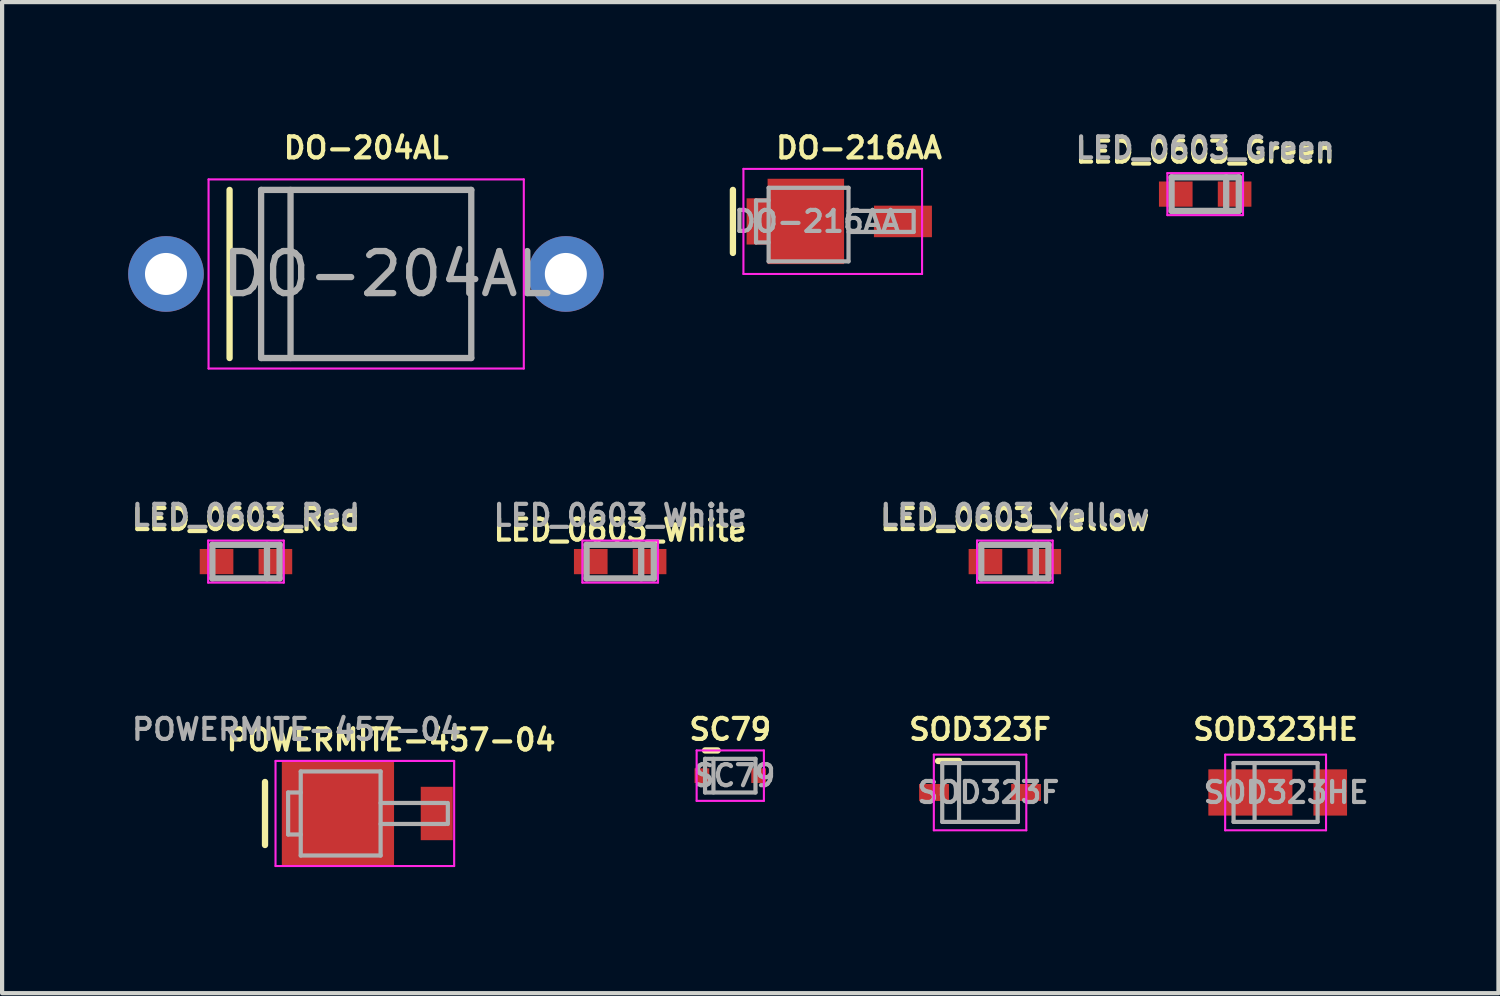
<source format=kicad_pcb>
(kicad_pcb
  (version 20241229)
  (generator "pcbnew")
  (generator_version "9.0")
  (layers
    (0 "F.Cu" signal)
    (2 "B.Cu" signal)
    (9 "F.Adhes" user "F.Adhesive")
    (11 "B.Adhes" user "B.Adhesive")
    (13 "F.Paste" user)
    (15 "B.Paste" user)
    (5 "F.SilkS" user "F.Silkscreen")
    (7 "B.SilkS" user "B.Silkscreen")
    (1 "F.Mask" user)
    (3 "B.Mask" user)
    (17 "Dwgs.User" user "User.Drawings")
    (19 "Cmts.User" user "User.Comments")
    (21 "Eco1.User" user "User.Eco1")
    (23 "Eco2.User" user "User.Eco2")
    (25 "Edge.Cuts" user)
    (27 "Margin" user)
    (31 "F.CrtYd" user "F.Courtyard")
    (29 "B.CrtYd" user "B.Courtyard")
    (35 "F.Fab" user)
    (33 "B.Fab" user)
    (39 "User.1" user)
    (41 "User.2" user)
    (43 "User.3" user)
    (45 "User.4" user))
  (footprint "SOD323HE"
    (layer "F.Cu")
    (at 27.298 15.804)
    (property "Reference" "SOD323HE" (at 0 -1.5 0) (layer "F.SilkS") (effects (font (size 0.5 0.5) (thickness 0.1))))
    (attr smd)
    (fp_line (start -1.2 -0.9) (end 1.2 -0.9) (stroke (width 0.05) (type solid)) (layer "F.CrtYd"))
    (fp_line (start -1.2 0.9) (end -1.2 -0.9) (stroke (width 0.05) (type solid)) (layer "F.CrtYd"))
    (fp_line (start 1.2 -0.9) (end 1.2 0.9) (stroke (width 0.05) (type solid)) (layer "F.CrtYd"))
    (fp_line (start 1.2 0.9) (end -1.2 0.9) (stroke (width 0.05) (type solid)) (layer "F.CrtYd"))
    (fp_line (start -1 -0.7) (end 1 -0.7) (stroke (width 0.1) (type solid)) (layer "F.Fab"))
    (fp_line (start -1 0.7) (end -1 -0.7) (stroke (width 0.1) (type solid)) (layer "F.Fab"))
    (fp_line (start -0.5 -0.7) (end -0.5 0.7) (stroke (width 0.1) (type solid)) (layer "F.Fab"))
    (fp_line (start 1 -0.7) (end 1 0.7) (stroke (width 0.1) (type solid)) (layer "F.Fab"))
    (fp_line (start 1 0.7) (end -1 0.7) (stroke (width 0.1) (type solid)) (layer "F.Fab"))
    (fp_text user "${REFERENCE}" (at 0.25 0 0) (layer "F.Fab") (effects (font (size 0.5 0.5) (thickness 0.1))))
    (pad "A" smd rect (at 1.3 0) (size 0.8 1.1) (layers "F.Cu" "F.Mask" "F.Paste"))
    (pad "C" smd rect (at -0.6 0) (size 2 1.1) (layers "F.Cu" "F.Mask" "F.Paste")))
  (footprint "SOD323F"
    (layer "F.Cu")
    (at 20.267 15.804)
    (property "Reference" "SOD323F" (at 0 -1.5 0) (layer "F.SilkS") (effects (font (size 0.5 0.5) (thickness 0.1))))
    (attr smd)
    (fp_line (start -0.5 -0.75) (end -1 -0.75) (stroke (width 0.15) (type solid)) (layer "F.SilkS"))
    (fp_line (start -1.1 -0.9) (end 1.1 -0.9) (stroke (width 0.05) (type solid)) (layer "F.CrtYd"))
    (fp_line (start -1.1 0.9) (end -1.1 -0.9) (stroke (width 0.05) (type solid)) (layer "F.CrtYd"))
    (fp_line (start 1.1 -0.9) (end 1.1 0.9) (stroke (width 0.05) (type solid)) (layer "F.CrtYd"))
    (fp_line (start 1.1 0.9) (end -1.1 0.9) (stroke (width 0.05) (type solid)) (layer "F.CrtYd"))
    (fp_line (start -0.9 -0.7) (end 0.9 -0.7) (stroke (width 0.1) (type solid)) (layer "F.Fab"))
    (fp_line (start -0.9 0.7) (end -0.9 -0.7) (stroke (width 0.1) (type solid)) (layer "F.Fab"))
    (fp_line (start -0.5 -0.7) (end -0.5 0.7) (stroke (width 0.1) (type solid)) (layer "F.Fab"))
    (fp_line (start 0.9 -0.7) (end 0.9 0.7) (stroke (width 0.1) (type solid)) (layer "F.Fab"))
    (fp_line (start 0.9 0.7) (end -0.9 0.7) (stroke (width 0.1) (type solid)) (layer "F.Fab"))
    (fp_text user "${REFERENCE}" (at 0.2 0 0) (layer "F.Fab") (effects (font (size 0.5 0.5) (thickness 0.1))))
    (pad "A" smd rect (at 1.095 0) (size 0.71 0.403) (layers "F.Cu" "F.Mask" "F.Paste"))
    (pad "C" smd rect (at -1.095 0) (size 0.71 0.403) (layers "F.Cu" "F.Mask" "F.Paste")))
  (footprint "LED_0603_Red"
    (layer "F.Cu")
    (at 2.802 10.311)
    (property "Reference" "LED_0603_Red" (at 0 -1 0) (layer "F.SilkS") (effects (font (size 0.5 0.5) (thickness 0.1))))
    (attr smd)
    (fp_line (start -0.9 -0.5) (end -0.9 0.5) (stroke (width 0.05) (type solid)) (layer "F.CrtYd"))
    (fp_line (start -0.9 -0.5) (end 0.9 -0.5) (stroke (width 0.05) (type solid)) (layer "F.CrtYd"))
    (fp_line (start -0.9 0.5) (end 0.9 0.5) (stroke (width 0.05) (type solid)) (layer "F.CrtYd"))
    (fp_line (start 0.9 -0.5) (end 0.9 0.5) (stroke (width 0.05) (type solid)) (layer "F.CrtYd"))
    (fp_line (start -0.8 -0.4) (end 0.8 -0.4) (stroke (width 0.15) (type solid)) (layer "F.Fab"))
    (fp_line (start -0.8 0.4) (end -0.8 -0.4) (stroke (width 0.15) (type solid)) (layer "F.Fab"))
    (fp_line (start 0.5 -0.4) (end 0.5 0.4) (stroke (width 0.15) (type solid)) (layer "F.Fab"))
    (fp_line (start 0.8 -0.4) (end 0.8 0.4) (stroke (width 0.15) (type solid)) (layer "F.Fab"))
    (fp_line (start 0.8 0.4) (end -0.8 0.4) (stroke (width 0.15) (type solid)) (layer "F.Fab"))
    (fp_text user "${REFERENCE}" (at 0 -1.1 0) (layer "F.Fab") (effects (font (size 0.5 0.5) (thickness 0.1))))
    (pad "A" smd rect (at -0.7 0) (size 0.8 0.6) (layers "F.Cu" "F.Mask" "F.Paste"))
    (pad "C" smd rect (at 0.7 0) (size 0.8 0.6) (layers "F.Cu" "F.Mask" "F.Paste")))
  (footprint "POWERMITE-457-04"
    (layer "F.Cu")
    (at 6.255 16.304)
    (property "Reference" "POWERMITE-457-04" (at 0 -1.75 0) (layer "F.SilkS") (effects (font (size 0.5 0.5) (thickness 0.1))))
    (attr smd)
    (fp_line (start -3 -0.75) (end -3 0.75) (stroke (width 0.15) (type solid)) (layer "F.SilkS"))
    (fp_line (start -2.75 -1.25) (end 1.5 -1.25) (stroke (width 0.05) (type solid)) (layer "F.CrtYd"))
    (fp_line (start -2.75 1.25) (end -2.75 -1.25) (stroke (width 0.05) (type solid)) (layer "F.CrtYd"))
    (fp_line (start 1.5 -1.25) (end 1.5 1.25) (stroke (width 0.05) (type solid)) (layer "F.CrtYd"))
    (fp_line (start 1.5 1.25) (end -2.75 1.25) (stroke (width 0.05) (type solid)) (layer "F.CrtYd"))
    (fp_line (start -2.45 -0.5) (end -2.45 0.5) (stroke (width 0.1) (type solid)) (layer "F.Fab"))
    (fp_line (start -2.45 0.5) (end -2.15 0.5) (stroke (width 0.1) (type solid)) (layer "F.Fab"))
    (fp_line (start -2.15 -1) (end -0.25 -1) (stroke (width 0.1) (type solid)) (layer "F.Fab"))
    (fp_line (start -2.15 -0.5) (end -2.45 -0.5) (stroke (width 0.1) (type solid)) (layer "F.Fab"))
    (fp_line (start -2.15 1) (end -2.15 -1) (stroke (width 0.1) (type solid)) (layer "F.Fab"))
    (fp_line (start -0.25 -1) (end -0.25 1) (stroke (width 0.1) (type solid)) (layer "F.Fab"))
    (fp_line (start -0.25 -0.25) (end 1.3 -0.25) (stroke (width 0.1) (type solid)) (layer "F.Fab"))
    (fp_line (start -0.25 1) (end -2.15 1) (stroke (width 0.1) (type solid)) (layer "F.Fab"))
    (fp_line (start 1.3 0.25) (end -0.25 0.25) (stroke (width 0.1) (type solid)) (layer "F.Fab"))
    (fp_line (start 1.35 -0.25) (end 1.35 0.25) (stroke (width 0.1) (type solid)) (layer "F.Fab"))
    (fp_text user "${REFERENCE}" (at -2.25 -2 0) (layer "F.Fab") (effects (font (size 0.5 0.5) (thickness 0.1))))
    (pad "A" smd rect (at 1.086 0) (size 0.762 1.27) (layers "F.Cu" "F.Mask" "F.Paste"))
    (pad "C" smd rect (at -1.265 0) (size 2.67 2.54) (layers "F.Cu" "F.Mask" "F.Paste")))
  (footprint "LED_0603_Yellow"
    (layer "F.Cu")
    (at 21.095 10.311)
    (property "Reference" "LED_0603_Yellow" (at 0 -1 0) (layer "F.SilkS") (effects (font (size 0.5 0.5) (thickness 0.1))))
    (attr smd)
    (fp_line (start -0.9 -0.5) (end -0.9 0.5) (stroke (width 0.05) (type solid)) (layer "F.CrtYd"))
    (fp_line (start -0.9 -0.5) (end 0.9 -0.5) (stroke (width 0.05) (type solid)) (layer "F.CrtYd"))
    (fp_line (start -0.9 0.5) (end 0.9 0.5) (stroke (width 0.05) (type solid)) (layer "F.CrtYd"))
    (fp_line (start 0.9 -0.5) (end 0.9 0.5) (stroke (width 0.05) (type solid)) (layer "F.CrtYd"))
    (fp_line (start -0.8 -0.4) (end 0.8 -0.4) (stroke (width 0.15) (type solid)) (layer "F.Fab"))
    (fp_line (start -0.8 0.4) (end -0.8 -0.4) (stroke (width 0.15) (type solid)) (layer "F.Fab"))
    (fp_line (start 0.5 -0.4) (end 0.5 0.4) (stroke (width 0.15) (type solid)) (layer "F.Fab"))
    (fp_line (start 0.8 -0.4) (end 0.8 0.4) (stroke (width 0.15) (type solid)) (layer "F.Fab"))
    (fp_line (start 0.8 0.4) (end -0.8 0.4) (stroke (width 0.15) (type solid)) (layer "F.Fab"))
    (fp_text user "${REFERENCE}" (at 0 -1.1 0) (layer "F.Fab") (effects (font (size 0.5 0.5) (thickness 0.1))))
    (pad "A" smd rect (at -0.7 0) (size 0.8 0.6) (layers "F.Cu" "F.Mask" "F.Paste"))
    (pad "C" smd rect (at 0.7 0) (size 0.8 0.6) (layers "F.Cu" "F.Mask" "F.Paste")))
  (footprint "DO-216AA"
    (layer "F.Cu")
    (at 17.387 2.218)
    (property "Reference" "DO-216AA" (at 0 -1.75 0) (layer "F.SilkS") (effects (font (size 0.5 0.5) (thickness 0.1))))
    (attr smd)
    (fp_line (start -3 -0.75) (end -3 0.75) (stroke (width 0.15) (type solid)) (layer "F.SilkS"))
    (fp_line (start -2.75 -1.25) (end 1.5 -1.25) (stroke (width 0.05) (type solid)) (layer "F.CrtYd"))
    (fp_line (start -2.75 1.25) (end -2.75 -1.25) (stroke (width 0.05) (type solid)) (layer "F.CrtYd"))
    (fp_line (start 1.5 -1.25) (end 1.5 1.25) (stroke (width 0.05) (type solid)) (layer "F.CrtYd"))
    (fp_line (start 1.5 1.25) (end -2.75 1.25) (stroke (width 0.05) (type solid)) (layer "F.CrtYd"))
    (fp_line (start -2.45 -0.5) (end -2.45 0.5) (stroke (width 0.1) (type solid)) (layer "F.Fab"))
    (fp_line (start -2.45 0.5) (end -2.15 0.5) (stroke (width 0.1) (type solid)) (layer "F.Fab"))
    (fp_line (start -2.15 -0.8) (end -0.25 -0.8) (stroke (width 0.1) (type solid)) (layer "F.Fab"))
    (fp_line (start -2.15 -0.5) (end -2.45 -0.5) (stroke (width 0.1) (type solid)) (layer "F.Fab"))
    (fp_line (start -2.15 0.95) (end -2.15 -0.8) (stroke (width 0.1) (type solid)) (layer "F.Fab"))
    (fp_line (start -0.25 -0.8) (end -0.25 0.95) (stroke (width 0.1) (type solid)) (layer "F.Fab"))
    (fp_line (start -0.25 -0.25) (end 1.3 -0.25) (stroke (width 0.1) (type solid)) (layer "F.Fab"))
    (fp_line (start -0.25 0.95) (end -2.15 0.95) (stroke (width 0.1) (type solid)) (layer "F.Fab"))
    (fp_line (start 1.3 -0.25) (end 1.3 0.25) (stroke (width 0.1) (type solid)) (layer "F.Fab"))
    (fp_line (start 1.3 0.25) (end -0.25 0.25) (stroke (width 0.1) (type solid)) (layer "F.Fab"))
    (fp_text user "${REFERENCE}" (at -1 0 0) (layer "F.Fab") (effects (font (size 0.5 0.5) (thickness 0.1))))
    (pad "A" smd rect (at 1.045 0) (size 1.38 0.75) (layers "F.Cu" "F.Mask" "F.Paste"))
    (pad "C" smd rect (at -2.425 0) (size 0.5 1.1) (layers "F.Cu" "F.Mask" "F.Paste"))
    (pad "C" smd rect (at -1.265 0) (size 1.82 2.03) (layers "F.Cu" "F.Mask" "F.Paste")))
  (footprint "DO-204AL"
    (layer "F.Cu")
    (at 5.662 3.468)
    (property "Reference" "DO-204AL" (at 0 -3 0) (layer "F.SilkS") (effects (font (size 0.5 0.5) (thickness 0.1))))
    (attr through_hole)
    (fp_line (start -3.25 -2) (end -3.25 2) (stroke (width 0.15) (type solid)) (layer "F.SilkS"))
    (fp_line (start -3.75 -2.25) (end 3.75 -2.25) (stroke (width 0.05) (type solid)) (layer "F.CrtYd"))
    (fp_line (start -3.75 2.25) (end -3.75 -2.25) (stroke (width 0.05) (type solid)) (layer "F.CrtYd"))
    (fp_line (start 3.75 -2.25) (end 3.75 2.25) (stroke (width 0.05) (type solid)) (layer "F.CrtYd"))
    (fp_line (start 3.75 2.25) (end -3.75 2.25) (stroke (width 0.05) (type solid)) (layer "F.CrtYd"))
    (fp_line (start -2.5 -2) (end 2.5 -2) (stroke (width 0.15) (type solid)) (layer "F.Fab"))
    (fp_line (start -2.5 2) (end -2.5 -2) (stroke (width 0.15) (type solid)) (layer "F.Fab"))
    (fp_line (start -1.8 -2) (end -1.8 2) (stroke (width 0.15) (type solid)) (layer "F.Fab"))
    (fp_line (start 2.5 -2) (end 2.5 2) (stroke (width 0.15) (type solid)) (layer "F.Fab"))
    (fp_line (start 2.5 2) (end -2.5 2) (stroke (width 0.15) (type solid)) (layer "F.Fab"))
    (fp_text user "${REFERENCE}" (at 0.5 0 0) (layer "F.Fab") (effects (font (size 1 1) (thickness 0.15))))
    (pad "A" thru_hole circle (at 4.75 0) (size 1.8 1.8) (drill 1) (layers "*.Cu" "*.Mask"))
    (pad "C" thru_hole circle (at -4.763 0) (size 1.8 1.8) (drill 1) (layers "*.Cu" "*.Mask")))
  (footprint "SC79"
    (layer "F.Cu")
    (at 14.324 15.404)
    (property "Reference" "SC79" (at 0 -1.1 0) (layer "F.SilkS") (effects (font (size 0.5 0.5) (thickness 0.1))))
    (attr smd)
    (fp_line (start -0.3 -0.6) (end -0.6 -0.6) (stroke (width 0.15) (type solid)) (layer "F.SilkS"))
    (fp_line (start -0.8 -0.6) (end 0.8 -0.6) (stroke (width 0.05) (type solid)) (layer "F.CrtYd"))
    (fp_line (start -0.8 0.6) (end -0.8 -0.6) (stroke (width 0.05) (type solid)) (layer "F.CrtYd"))
    (fp_line (start 0.8 -0.6) (end 0.8 0.6) (stroke (width 0.05) (type solid)) (layer "F.CrtYd"))
    (fp_line (start 0.8 0.6) (end -0.8 0.6) (stroke (width 0.05) (type solid)) (layer "F.CrtYd"))
    (fp_line (start -0.6 -0.4) (end 0.6 -0.4) (stroke (width 0.1) (type solid)) (layer "F.Fab"))
    (fp_line (start -0.6 0.4) (end -0.6 -0.4) (stroke (width 0.1) (type solid)) (layer "F.Fab"))
    (fp_line (start -0.4 -0.4) (end -0.4 0.4) (stroke (width 0.1) (type solid)) (layer "F.Fab"))
    (fp_line (start 0.6 -0.4) (end 0.6 0.4) (stroke (width 0.1) (type solid)) (layer "F.Fab"))
    (fp_line (start 0.6 0.4) (end -0.6 0.4) (stroke (width 0.1) (type solid)) (layer "F.Fab"))
    (fp_text user "${REFERENCE}" (at 0.1 0 0) (layer "F.Fab") (effects (font (size 0.5 0.5) (thickness 0.1))))
    (pad "A" smd rect (at 0.675 0) (size 0.35 0.35) (layers "F.Cu" "F.Mask" "F.Paste"))
    (pad "C" smd rect (at -0.675 0) (size 0.35 0.35) (layers "F.Cu" "F.Mask" "F.Paste")))
  (footprint "LED_0603_White"
    (layer "F.Cu")
    (at 11.705 10.311)
    (property "Reference" "LED_0603_White" (at 0 -0.75 0) (layer "F.SilkS") (effects (font (size 0.5 0.5) (thickness 0.1))))
    (attr smd)
    (fp_line (start -0.9 -0.5) (end -0.9 0.5) (stroke (width 0.05) (type solid)) (layer "F.CrtYd"))
    (fp_line (start -0.9 -0.5) (end 0.9 -0.5) (stroke (width 0.05) (type solid)) (layer "F.CrtYd"))
    (fp_line (start -0.9 0.5) (end 0.9 0.5) (stroke (width 0.05) (type solid)) (layer "F.CrtYd"))
    (fp_line (start 0.9 -0.5) (end 0.9 0.5) (stroke (width 0.05) (type solid)) (layer "F.CrtYd"))
    (fp_line (start -0.8 -0.4) (end 0.8 -0.4) (stroke (width 0.15) (type solid)) (layer "F.Fab"))
    (fp_line (start -0.8 0.4) (end -0.8 -0.4) (stroke (width 0.15) (type solid)) (layer "F.Fab"))
    (fp_line (start 0.5 -0.4) (end 0.5 0.4) (stroke (width 0.15) (type solid)) (layer "F.Fab"))
    (fp_line (start 0.8 -0.4) (end 0.8 0.4) (stroke (width 0.15) (type solid)) (layer "F.Fab"))
    (fp_line (start 0.8 0.4) (end -0.8 0.4) (stroke (width 0.15) (type solid)) (layer "F.Fab"))
    (fp_text user "${REFERENCE}" (at 0 -1.1 0) (layer "F.Fab") (effects (font (size 0.5 0.5) (thickness 0.1))))
    (pad "A" smd rect (at -0.7 0) (size 0.8 0.6) (layers "F.Cu" "F.Mask" "F.Paste"))
    (pad "C" smd rect (at 0.7 0) (size 0.8 0.6) (layers "F.Cu" "F.Mask" "F.Paste")))
  (footprint "LED_0603_Green"
    (layer "F.Cu")
    (at 25.623 1.568)
    (property "Reference" "LED_0603_Green" (at 0 -1 0) (layer "F.SilkS") (effects (font (size 0.5 0.5) (thickness 0.1))))
    (attr smd)
    (fp_line (start -0.9 -0.5) (end -0.9 0.5) (stroke (width 0.05) (type solid)) (layer "F.CrtYd"))
    (fp_line (start -0.9 -0.5) (end 0.9 -0.5) (stroke (width 0.05) (type solid)) (layer "F.CrtYd"))
    (fp_line (start -0.9 0.5) (end 0.9 0.5) (stroke (width 0.05) (type solid)) (layer "F.CrtYd"))
    (fp_line (start 0.9 -0.5) (end 0.9 0.5) (stroke (width 0.05) (type solid)) (layer "F.CrtYd"))
    (fp_line (start -0.8 -0.4) (end 0.8 -0.4) (stroke (width 0.15) (type solid)) (layer "F.Fab"))
    (fp_line (start -0.8 0.4) (end -0.8 -0.4) (stroke (width 0.15) (type solid)) (layer "F.Fab"))
    (fp_line (start 0.5 -0.4) (end 0.5 0.4) (stroke (width 0.15) (type solid)) (layer "F.Fab"))
    (fp_line (start 0.8 -0.4) (end 0.8 0.4) (stroke (width 0.15) (type solid)) (layer "F.Fab"))
    (fp_line (start 0.8 0.4) (end -0.8 0.4) (stroke (width 0.15) (type solid)) (layer "F.Fab"))
    (fp_text user "${REFERENCE}" (at 0 -1.1 0) (layer "F.Fab") (effects (font (size 0.5 0.5) (thickness 0.1))))
    (pad "A" smd rect (at -0.7 0) (size 0.8 0.6) (layers "F.Cu" "F.Mask" "F.Paste"))
    (pad "C" smd rect (at 0.7 0) (size 0.8 0.6) (layers "F.Cu" "F.Mask" "F.Paste")))
  (gr_rect
    (start -3 -3)
    (end 32.6 20.579)
    (stroke (width 0.1) (type default))
    (fill no)
    (layer "Edge.Cuts")))
</source>
